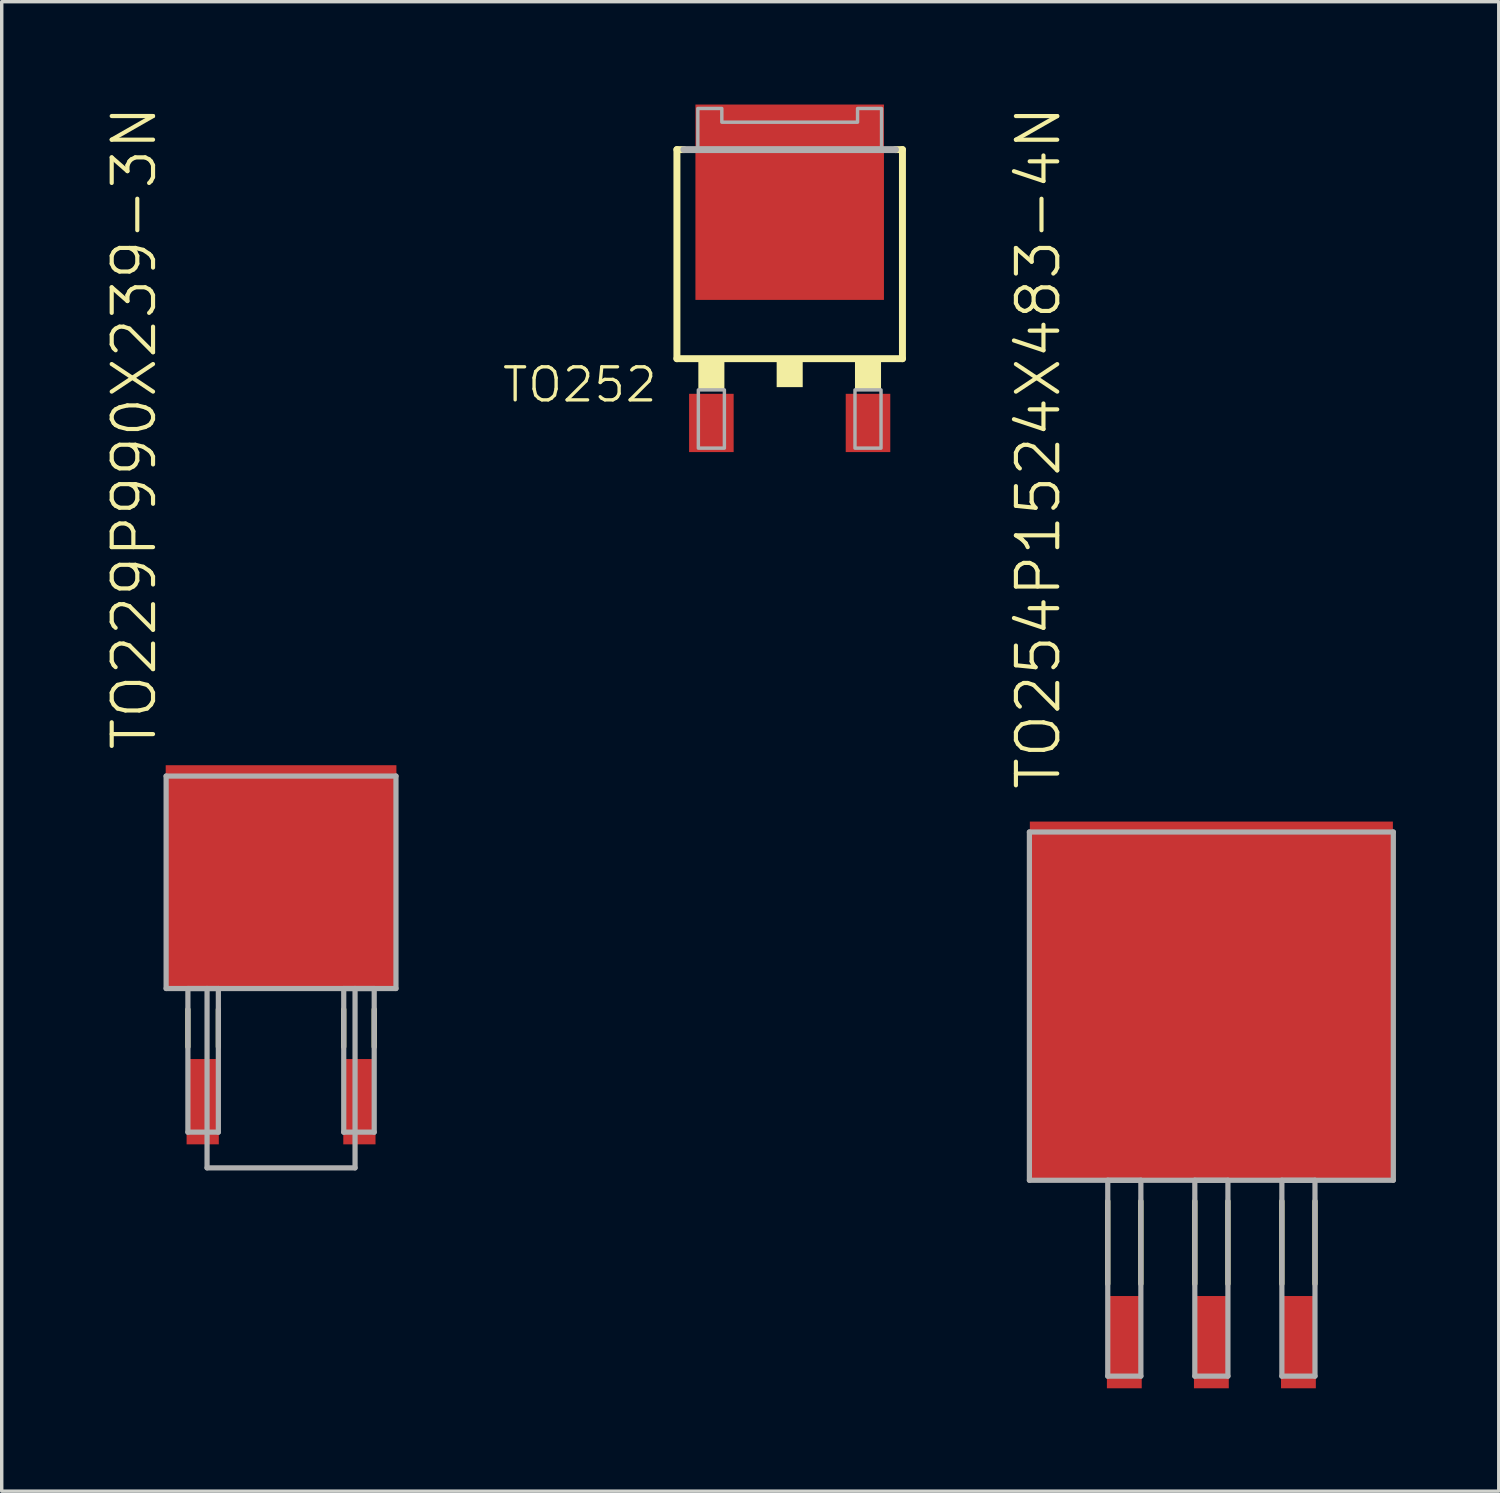
<source format=kicad_pcb>
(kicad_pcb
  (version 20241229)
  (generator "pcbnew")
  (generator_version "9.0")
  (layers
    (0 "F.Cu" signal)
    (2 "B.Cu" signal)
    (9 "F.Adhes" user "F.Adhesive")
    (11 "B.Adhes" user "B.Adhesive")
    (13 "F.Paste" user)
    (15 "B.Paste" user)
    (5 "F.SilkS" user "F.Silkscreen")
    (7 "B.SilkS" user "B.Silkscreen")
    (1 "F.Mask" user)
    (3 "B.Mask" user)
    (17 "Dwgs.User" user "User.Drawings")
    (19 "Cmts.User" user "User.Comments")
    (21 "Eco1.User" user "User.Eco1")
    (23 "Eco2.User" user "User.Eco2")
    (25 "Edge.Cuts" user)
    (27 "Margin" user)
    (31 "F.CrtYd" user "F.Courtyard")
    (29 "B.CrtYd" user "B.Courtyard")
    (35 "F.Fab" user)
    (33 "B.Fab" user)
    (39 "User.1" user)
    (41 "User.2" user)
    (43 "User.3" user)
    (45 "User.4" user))
  (footprint "TO229P990X239-3N"
    (layer "F.Cu")
    (at 5.15 22.692)
    (property "Reference" "TO229P990X239-3N" (at -3.581 -3.785 270) (layer "F.SilkS") (effects (font (size 1.206 1.206) (thickness 0.121)) (justify left bottom)))
    (attr through_hole)
    (fp_line (start -2.718 3.708) (end -2.718 4.801) (stroke (width 0.152) (type solid)) (layer "F.SilkS"))
    (fp_line (start -1.829 3.708) (end -1.829 4.801) (stroke (width 0.152) (type solid)) (layer "F.SilkS"))
    (fp_line (start 1.829 3.708) (end 1.829 4.801) (stroke (width 0.152) (type solid)) (layer "F.SilkS"))
    (fp_line (start 2.718 3.708) (end 2.718 4.801) (stroke (width 0.152) (type solid)) (layer "F.SilkS"))
    (fp_line (start -3.353 -3.099) (end -3.353 3.099) (stroke (width 0.152) (type solid)) (layer "F.Fab"))
    (fp_line (start -3.353 3.099) (end 3.353 3.099) (stroke (width 0.152) (type solid)) (layer "F.Fab"))
    (fp_line (start -2.718 3.099) (end -2.718 7.29) (stroke (width 0.152) (type solid)) (layer "F.Fab"))
    (fp_line (start -2.718 7.29) (end -1.829 7.29) (stroke (width 0.152) (type solid)) (layer "F.Fab"))
    (fp_line (start -2.159 3.099) (end -2.718 3.099) (stroke (width 0.152) (type solid)) (layer "F.Fab"))
    (fp_line (start -2.159 3.099) (end -2.159 8.331) (stroke (width 0.152) (type solid)) (layer "F.Fab"))
    (fp_line (start -2.159 8.331) (end 2.159 8.331) (stroke (width 0.152) (type solid)) (layer "F.Fab"))
    (fp_line (start -1.829 3.099) (end -2.159 3.099) (stroke (width 0.152) (type solid)) (layer "F.Fab"))
    (fp_line (start -1.829 7.29) (end -1.829 3.099) (stroke (width 0.152) (type solid)) (layer "F.Fab"))
    (fp_line (start 1.829 3.099) (end 1.829 7.29) (stroke (width 0.152) (type solid)) (layer "F.Fab"))
    (fp_line (start 1.829 7.29) (end 2.718 7.29) (stroke (width 0.152) (type solid)) (layer "F.Fab"))
    (fp_line (start 2.159 3.099) (end 1.829 3.099) (stroke (width 0.152) (type solid)) (layer "F.Fab"))
    (fp_line (start 2.159 8.331) (end 2.159 3.099) (stroke (width 0.152) (type solid)) (layer "F.Fab"))
    (fp_line (start 2.718 3.099) (end 2.159 3.099) (stroke (width 0.152) (type solid)) (layer "F.Fab"))
    (fp_line (start 2.718 7.29) (end 2.718 3.099) (stroke (width 0.152) (type solid)) (layer "F.Fab"))
    (fp_line (start 3.353 -3.099) (end -3.353 -3.099) (stroke (width 0.152) (type solid)) (layer "F.Fab"))
    (fp_line (start 3.353 3.099) (end 3.353 -3.099) (stroke (width 0.152) (type solid)) (layer "F.Fab"))
    (pad "1" smd rect (at -2.286 6.401) (size 0.94 2.489) (layers "F.Cu" "F.Mask" "F.Paste"))
    (pad "2" smd rect (at 0 -0.152) (size 6.731 6.528) (layers "F.Cu" "F.Mask" "F.Paste"))
    (pad "3" smd rect (at 2.286 6.401) (size 0.94 2.489) (layers "F.Cu" "F.Mask" "F.Paste")))
  (footprint "TO252"
    (layer "F.Cu")
    (at 19.99 3.8)
    (property "Reference" "TO252" (at -3.81 3.81 180) (layer "F.SilkS") (effects (font (size 0.965 0.965) (thickness 0.097)) (justify right top)))
    (attr through_hole)
    (fp_line (start -3.29 -2.485) (end -3.087 -2.485) (stroke (width 0.203) (type solid)) (layer "F.SilkS"))
    (fp_line (start -3.29 3.615) (end -3.29 -2.485) (stroke (width 0.203) (type solid)) (layer "F.SilkS"))
    (fp_line (start 3.087 -2.485) (end 3.29 -2.485) (stroke (width 0.203) (type solid)) (layer "F.SilkS"))
    (fp_line (start 3.29 -2.485) (end 3.29 3.615) (stroke (width 0.203) (type solid)) (layer "F.SilkS"))
    (fp_line (start 3.29 3.615) (end -3.29 3.615) (stroke (width 0.203) (type solid)) (layer "F.SilkS"))
    (fp_poly (pts (xy -2.665 4.525) (xy -1.905 4.525) (xy -1.905 3.615) (xy -2.665 3.615)) (stroke (width 0) (type solid)) (fill yes) (layer "F.SilkS"))
    (fp_poly (pts (xy -0.38 4.445) (xy 0.38 4.445) (xy 0.38 3.615) (xy -0.38 3.615)) (stroke (width 0) (type solid)) (fill yes) (layer "F.SilkS"))
    (fp_poly (pts (xy 1.905 4.525) (xy 2.665 4.525) (xy 2.665 3.615) (xy 1.905 3.615)) (stroke (width 0) (type solid)) (fill yes) (layer "F.SilkS"))
    (fp_line (start -3.087 -2.485) (end 3.087 -2.485) (stroke (width 0.203) (type solid)) (layer "F.Fab"))
    (fp_poly (pts (xy -2.665 6.225) (xy -1.905 6.225) (xy -1.905 4.525) (xy -2.665 4.525)) (stroke (width 0.1) (type solid)) (fill no) (layer "F.Fab"))
    (fp_poly (pts (xy 1.905 6.225) (xy 2.665 6.225) (xy 2.665 4.525) (xy 1.905 4.525)) (stroke (width 0.1) (type solid)) (fill no) (layer "F.Fab"))
    (fp_poly (pts (xy -2.68 -2.485) (xy -2.68 -3.685) (xy -1.98 -3.685) (xy -1.98 -3.285) (xy 1.98 -3.285) (xy 1.98 -3.685) (xy 2.68 -3.685) (xy 2.68 -2.485)) (stroke (width 0.1) (type solid)) (fill no) (layer "F.Fab"))
    (pad "1" smd rect (at -2.285 5.49) (size 1.3 1.7) (layers "F.Cu" "F.Mask" "F.Paste"))
    (pad "2" smd rect (at 2.285 5.49) (size 1.3 1.7) (layers "F.Cu" "F.Mask" "F.Paste"))
    (pad "3" smd rect (at 0 -0.95) (size 5.5 5.7) (layers "F.Cu" "F.Mask" "F.Paste")))
  (footprint "TO254P1524X483-4N"
    (layer "F.Cu")
    (at 32.293 26.305)
    (property "Reference" "TO254P1524X483-4N" (at -4.343 -6.248 90) (layer "F.SilkS") (effects (font (size 1.206 1.206) (thickness 0.121)) (justify left bottom)))
    (attr through_hole)
    (fp_line (start -3.023 5.69) (end -3.023 8.103) (stroke (width 0.152) (type solid)) (layer "F.SilkS"))
    (fp_line (start -2.057 5.69) (end -2.057 8.103) (stroke (width 0.152) (type solid)) (layer "F.SilkS"))
    (fp_line (start -0.483 5.69) (end -0.483 8.103) (stroke (width 0.152) (type solid)) (layer "F.SilkS"))
    (fp_line (start 0.483 5.69) (end 0.483 8.103) (stroke (width 0.152) (type solid)) (layer "F.SilkS"))
    (fp_line (start 2.057 5.69) (end 2.057 8.103) (stroke (width 0.152) (type solid)) (layer "F.SilkS"))
    (fp_line (start 3.023 5.69) (end 3.023 8.103) (stroke (width 0.152) (type solid)) (layer "F.SilkS"))
    (fp_line (start -5.309 -5.08) (end -5.309 5.08) (stroke (width 0.152) (type solid)) (layer "F.Fab"))
    (fp_line (start -5.309 5.08) (end 5.309 5.08) (stroke (width 0.152) (type solid)) (layer "F.Fab"))
    (fp_line (start -3.023 5.08) (end -3.023 10.795) (stroke (width 0.152) (type solid)) (layer "F.Fab"))
    (fp_line (start -3.023 10.795) (end -2.057 10.795) (stroke (width 0.152) (type solid)) (layer "F.Fab"))
    (fp_line (start -2.057 5.08) (end -3.023 5.08) (stroke (width 0.152) (type solid)) (layer "F.Fab"))
    (fp_line (start -2.057 10.795) (end -2.057 5.08) (stroke (width 0.152) (type solid)) (layer "F.Fab"))
    (fp_line (start -0.483 5.08) (end -0.483 10.795) (stroke (width 0.152) (type solid)) (layer "F.Fab"))
    (fp_line (start -0.483 10.795) (end 0.483 10.795) (stroke (width 0.152) (type solid)) (layer "F.Fab"))
    (fp_line (start 0.483 5.08) (end -0.483 5.08) (stroke (width 0.152) (type solid)) (layer "F.Fab"))
    (fp_line (start 0.483 10.795) (end 0.483 5.08) (stroke (width 0.152) (type solid)) (layer "F.Fab"))
    (fp_line (start 2.057 5.08) (end 2.057 10.795) (stroke (width 0.152) (type solid)) (layer "F.Fab"))
    (fp_line (start 2.057 10.795) (end 3.023 10.795) (stroke (width 0.152) (type solid)) (layer "F.Fab"))
    (fp_line (start 3.023 5.08) (end 2.057 5.08) (stroke (width 0.152) (type solid)) (layer "F.Fab"))
    (fp_line (start 3.023 10.795) (end 3.023 5.08) (stroke (width 0.152) (type solid)) (layer "F.Fab"))
    (fp_line (start 5.309 -5.08) (end -5.309 -5.08) (stroke (width 0.152) (type solid)) (layer "F.Fab"))
    (fp_line (start 5.309 5.08) (end 5.309 -5.08) (stroke (width 0.152) (type solid)) (layer "F.Fab"))
    (pad "1" smd rect (at -2.54 9.804) (size 1.016 2.692) (layers "F.Cu" "F.Mask" "F.Paste"))
    (pad "2" smd rect (at 0 9.804) (size 1.016 2.692) (layers "F.Cu" "F.Mask" "F.Paste"))
    (pad "3" smd rect (at 2.54 9.804) (size 1.016 2.692) (layers "F.Cu" "F.Mask" "F.Paste"))
    (pad "4" smd rect (at 0 -0.152) (size 10.592 10.465) (layers "F.Cu" "F.Mask" "F.Paste")))
  (gr_rect
    (start -3 -3)
    (end 40.678 40.456)
    (stroke (width 0.1) (type default))
    (fill no)
    (layer "Edge.Cuts")))
</source>
